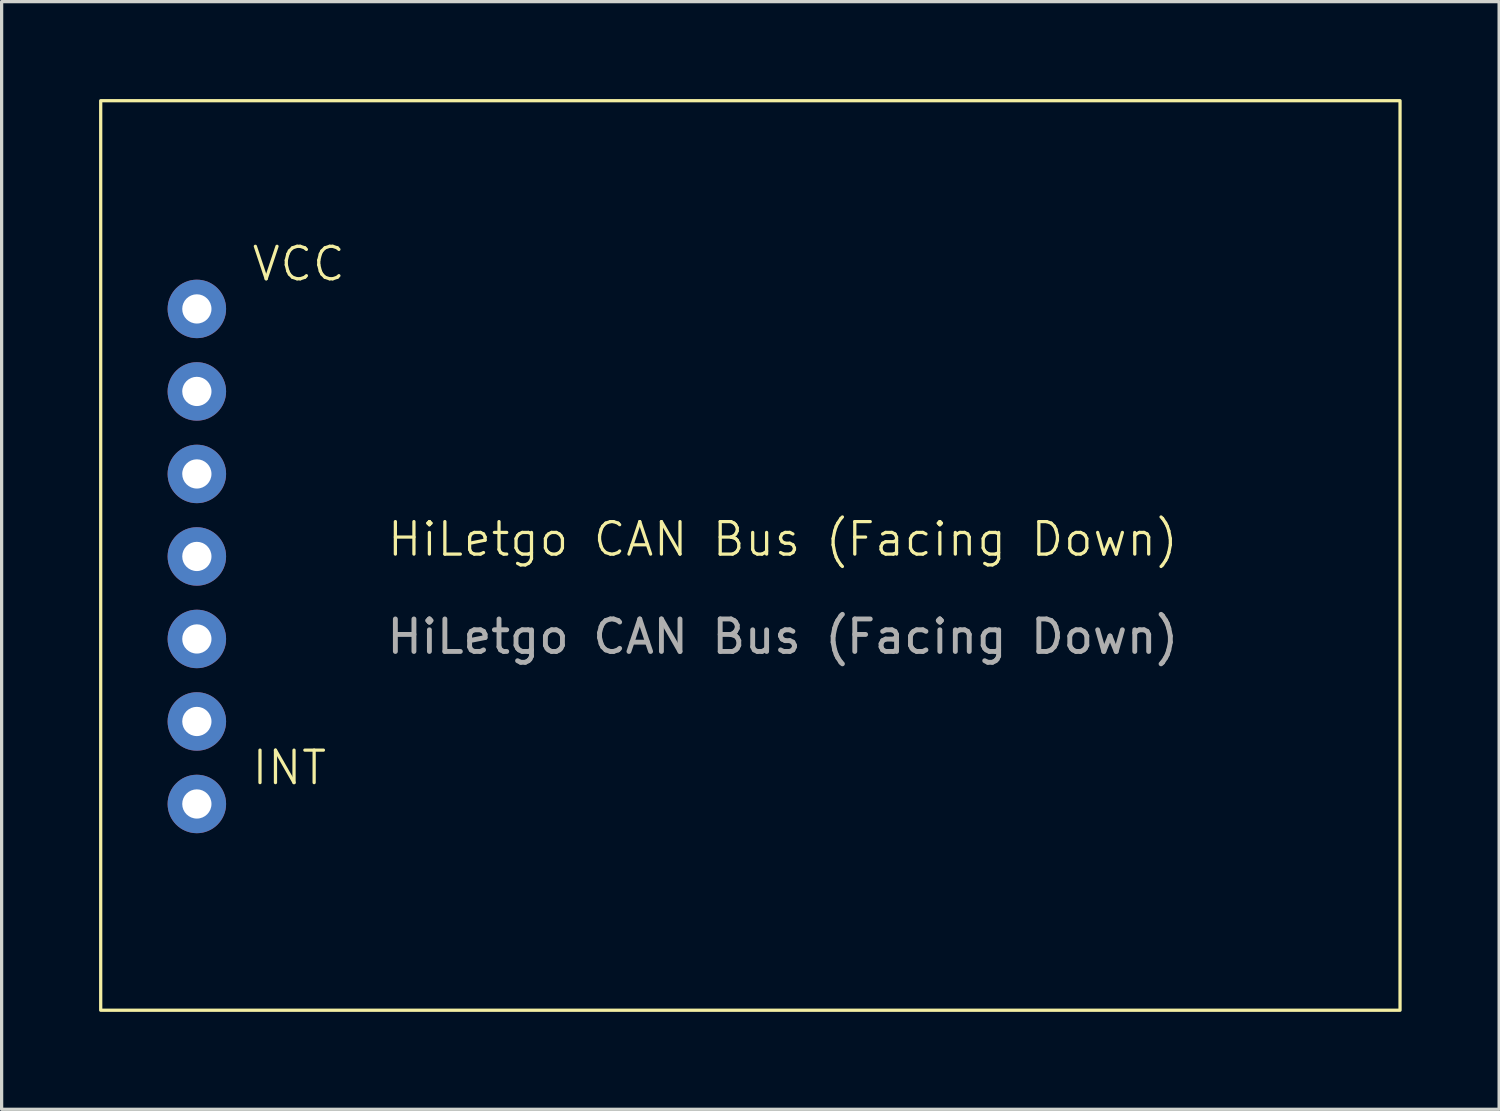
<source format=kicad_pcb>
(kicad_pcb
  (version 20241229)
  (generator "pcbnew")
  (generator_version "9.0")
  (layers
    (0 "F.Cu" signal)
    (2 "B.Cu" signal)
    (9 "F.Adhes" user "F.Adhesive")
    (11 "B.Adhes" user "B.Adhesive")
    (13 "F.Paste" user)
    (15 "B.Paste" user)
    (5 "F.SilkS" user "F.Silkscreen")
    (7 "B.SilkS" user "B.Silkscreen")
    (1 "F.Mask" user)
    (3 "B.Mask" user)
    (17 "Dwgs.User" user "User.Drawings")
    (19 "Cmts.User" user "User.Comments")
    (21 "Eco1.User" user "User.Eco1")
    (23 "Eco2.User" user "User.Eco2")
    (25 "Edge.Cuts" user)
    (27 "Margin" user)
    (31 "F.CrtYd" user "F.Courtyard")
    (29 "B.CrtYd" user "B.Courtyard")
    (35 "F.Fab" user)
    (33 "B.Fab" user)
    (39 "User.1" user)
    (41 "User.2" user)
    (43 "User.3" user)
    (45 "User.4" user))
  (footprint "HiLetgo CAN Bus (Facing Down)"
    (layer "F.Cu")
    (at 21.05 14.05)
    (property "Reference" "HiLetgo CAN Bus (Facing Down)" (at 0 -0.5 0) (unlocked yes) (layer "F.SilkS") (effects (font (size 1 1) (thickness 0.1))))
    (attr through_hole)
    (fp_rect (start -21 -14) (end 19 14) (stroke (width 0.1) (type default)) (fill no) (layer "F.SilkS"))
    (fp_text user "VCC" (at -16.4 -8.39 0) (unlocked yes) (layer "F.SilkS") (effects (font (size 1 1) (thickness 0.1)) (justify left bottom)))
    (fp_text user "INT" (at -16.4 7.12 0) (unlocked yes) (layer "F.SilkS") (effects (font (size 1 1) (thickness 0.1)) (justify left bottom)))
    (fp_text user "${REFERENCE}" (at 0 2.5 0) (unlocked yes) (layer "F.Fab") (effects (font (size 1 1) (thickness 0.15))))
    (pad "1" thru_hole circle (at -18.04 7.65) (size 1.8 1.8) (drill 0.9) (layers "*.Cu" "*.Mask"))
    (pad "2" thru_hole circle (at -18.04 5.11) (size 1.8 1.8) (drill 0.9) (layers "*.Cu" "*.Mask"))
    (pad "3" thru_hole circle (at -18.04 2.57) (size 1.8 1.8) (drill 0.9) (layers "*.Cu" "*.Mask"))
    (pad "4" thru_hole circle (at -18.04 0.03) (size 1.8 1.8) (drill 0.9) (layers "*.Cu" "*.Mask"))
    (pad "5" thru_hole circle (at -18.04 -2.51) (size 1.8 1.8) (drill 0.9) (layers "*.Cu" "*.Mask"))
    (pad "6" thru_hole circle (at -18.04 -5.05) (size 1.8 1.8) (drill 0.9) (layers "*.Cu" "*.Mask"))
    (pad "7" thru_hole circle (at -18.04 -7.59) (size 1.8 1.8) (drill 0.9) (layers "*.Cu" "*.Mask")))
  (gr_rect
    (start -3 -3)
    (end 43.1 31.1)
    (stroke (width 0.1) (type default))
    (fill no)
    (layer "Edge.Cuts")))
</source>
